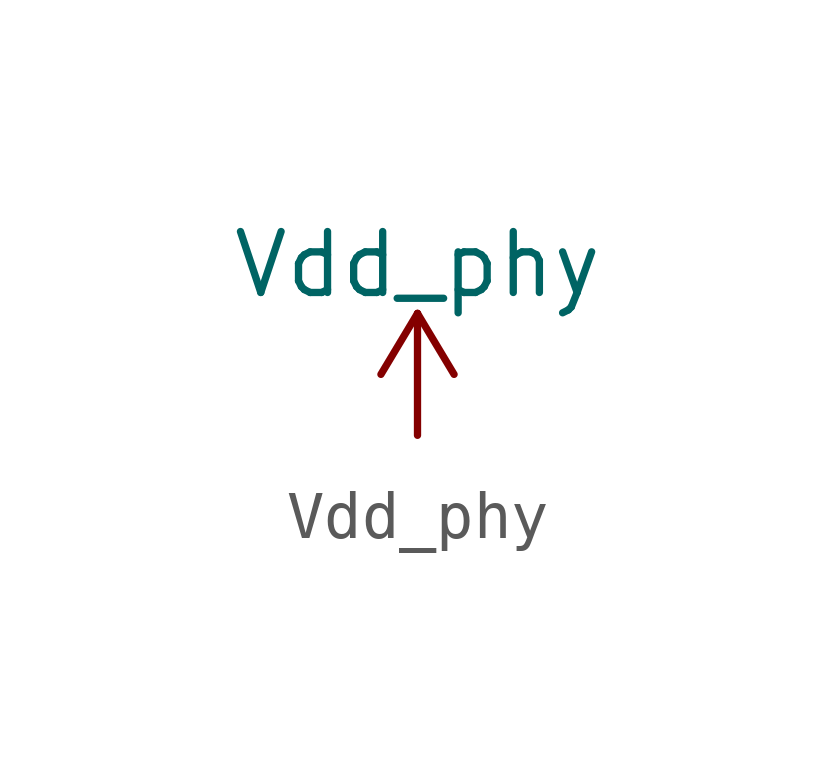
<source format=kicad_sym>
(kicad_symbol_lib
  (version 20211014)
  (generator kicad_symbol_editor)
  (symbol "Vdd_phy"
    (power)
    (pin_names
      (offset 0))
    (property "Reference" "#PWR"
      (at 0 -3.81 0)
      (effects (font (size 1.27 1.27)) hide))
    (property "Value" "Vdd_phy"
      (at 0 3.556 0)
      (effects (font (size 1.27 1.27))))
    (symbol "Vdd_phy_0_1"
      (polyline (pts (xy -0.762 1.27) (xy 0 2.54)) (stroke (width 0) (type default) (color 0 0 0 0)) (fill (type none)))
      (polyline (pts (xy 0 0) (xy 0 2.54)) (stroke (width 0) (type default) (color 0 0 0 0)) (fill (type none)))
      (polyline (pts (xy 0 2.54) (xy 0.762 1.27)) (stroke (width 0) (type default) (color 0 0 0 0)) (fill (type none))))
    (symbol "Vdd_phy_1_1"
      (pin power_in line (at 0 0 90) (length 0) hide (name "+1V8" (effects (font (size 1.27 1.27)))) (number "1" (effects (font (size 1.27 1.27))))))))
</source>
